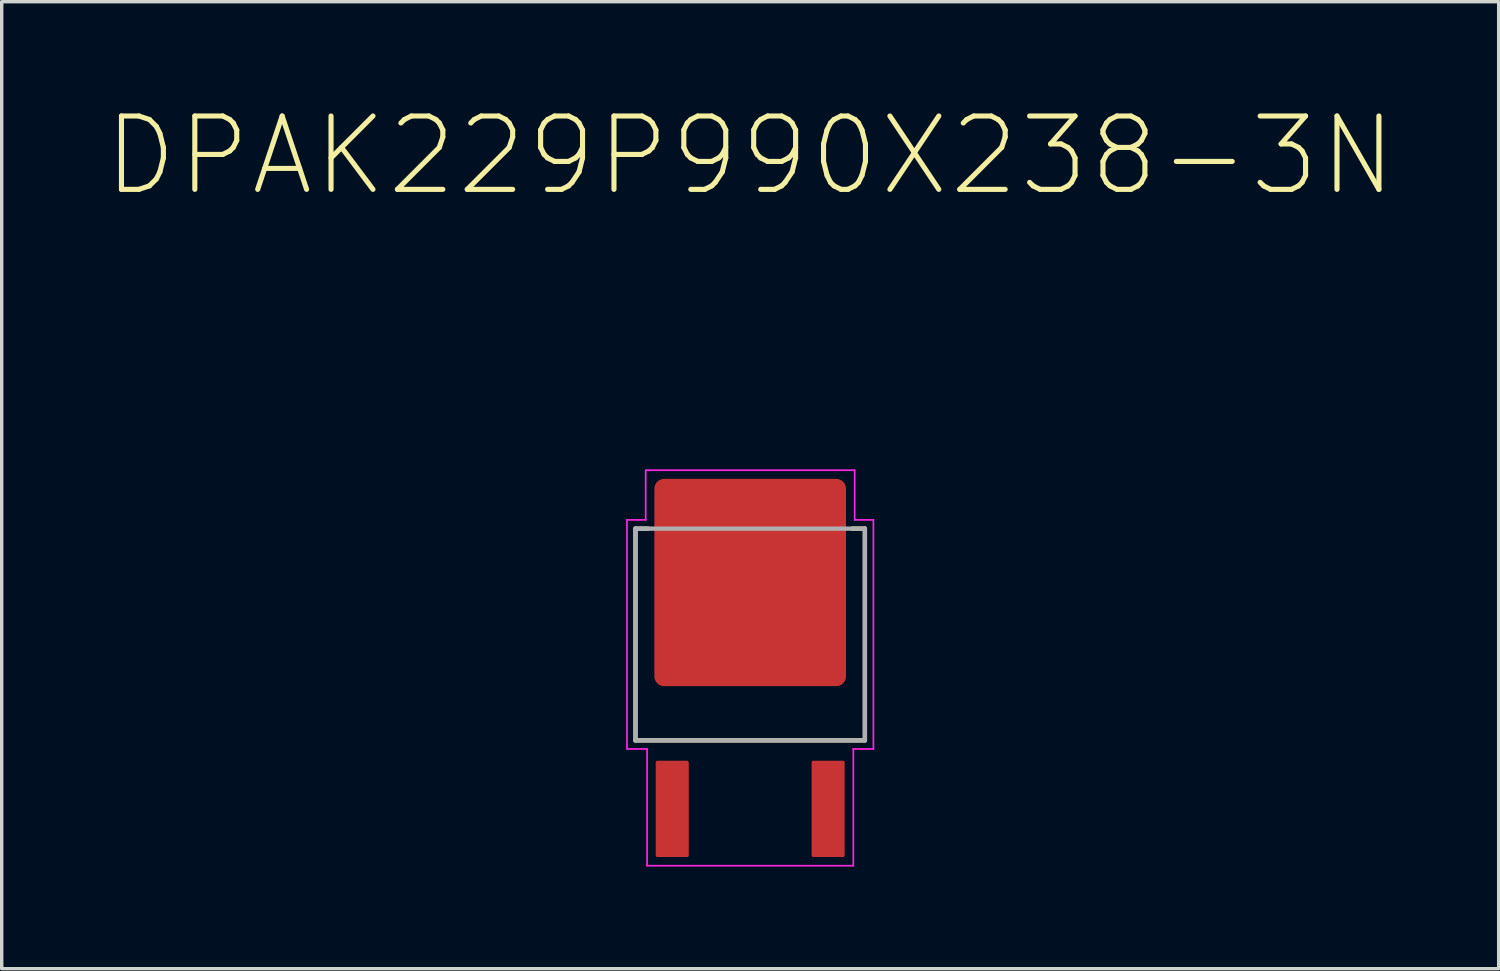
<source format=kicad_pcb>
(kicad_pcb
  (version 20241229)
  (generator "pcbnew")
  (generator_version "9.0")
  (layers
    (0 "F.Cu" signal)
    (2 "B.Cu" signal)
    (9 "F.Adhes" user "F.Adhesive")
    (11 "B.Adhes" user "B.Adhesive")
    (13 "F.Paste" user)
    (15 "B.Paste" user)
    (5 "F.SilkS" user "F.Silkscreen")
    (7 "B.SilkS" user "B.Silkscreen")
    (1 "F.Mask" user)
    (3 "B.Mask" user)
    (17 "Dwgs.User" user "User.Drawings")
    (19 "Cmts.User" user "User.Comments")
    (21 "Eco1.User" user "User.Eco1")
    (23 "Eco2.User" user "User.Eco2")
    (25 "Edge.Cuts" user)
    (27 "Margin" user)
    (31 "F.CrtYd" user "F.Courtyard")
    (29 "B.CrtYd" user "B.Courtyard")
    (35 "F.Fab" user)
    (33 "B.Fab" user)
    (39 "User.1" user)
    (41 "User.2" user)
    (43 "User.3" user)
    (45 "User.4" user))
  (footprint "DPAK229P990X238-3N"
    (layer "F.Cu")
    (at 18.99 16.574)
    (property "Reference" "DPAK229P990X238-3N" (at 0.000095 -15.05 0) (layer "F.SilkS") (effects (font (size 2.155 2.155) (thickness 0.15))))
    (attr smd)
    (fp_line (start -3.37 -4.093) (end -3 -4.093) (stroke (width 0.127) (type solid)) (layer "F.SilkS"))
    (fp_line (start -3.37 2.128) (end -3.37 -4.093) (stroke (width 0.127) (type solid)) (layer "F.SilkS"))
    (fp_line (start 3 -4.093) (end 3.37 -4.093) (stroke (width 0.127) (type solid)) (layer "F.SilkS"))
    (fp_line (start 3.37 -4.093) (end 3.37 2.128) (stroke (width 0.127) (type solid)) (layer "F.SilkS"))
    (fp_line (start 3.37 2.128) (end -3.37 2.128) (stroke (width 0.127) (type solid)) (layer "F.SilkS"))
    (fp_line (start -3.62 -4.35) (end -3.07 -4.35) (stroke (width 0.05) (type solid)) (layer "F.CrtYd"))
    (fp_line (start -3.62 2.38) (end -3.62 -4.35) (stroke (width 0.05) (type solid)) (layer "F.CrtYd"))
    (fp_line (start -3.07 -5.81) (end 3.07 -5.81) (stroke (width 0.05) (type solid)) (layer "F.CrtYd"))
    (fp_line (start -3.07 -4.35) (end -3.07 -5.81) (stroke (width 0.05) (type solid)) (layer "F.CrtYd"))
    (fp_line (start -3.03 2.38) (end -3.62 2.38) (stroke (width 0.05) (type solid)) (layer "F.CrtYd"))
    (fp_line (start -3.03 5.81) (end -3.03 2.38) (stroke (width 0.05) (type solid)) (layer "F.CrtYd"))
    (fp_line (start 3.03 2.38) (end 3.03 5.81) (stroke (width 0.05) (type solid)) (layer "F.CrtYd"))
    (fp_line (start 3.03 5.81) (end -3.03 5.81) (stroke (width 0.05) (type solid)) (layer "F.CrtYd"))
    (fp_line (start 3.07 -5.81) (end 3.07 -4.35) (stroke (width 0.05) (type solid)) (layer "F.CrtYd"))
    (fp_line (start 3.07 -4.35) (end 3.62 -4.35) (stroke (width 0.05) (type solid)) (layer "F.CrtYd"))
    (fp_line (start 3.62 -4.35) (end 3.62 2.38) (stroke (width 0.05) (type solid)) (layer "F.CrtYd"))
    (fp_line (start 3.62 2.38) (end 3.03 2.38) (stroke (width 0.05) (type solid)) (layer "F.CrtYd"))
    (fp_line (start -3.37 -4.093) (end 3.37 -4.093) (stroke (width 0.127) (type solid)) (layer "F.Fab"))
    (fp_line (start -3.37 2.128) (end -3.37 -4.093) (stroke (width 0.127) (type solid)) (layer "F.Fab"))
    (fp_line (start 3.37 -4.093) (end 3.37 2.128) (stroke (width 0.127) (type solid)) (layer "F.Fab"))
    (fp_line (start 3.37 2.128) (end -3.37 2.128) (stroke (width 0.127) (type solid)) (layer "F.Fab"))
    (pad "1" smd roundrect (at -2.29 4.14) (size 0.97 2.83) (layers "F.Cu" "F.Mask" "F.Paste") (roundrect_rratio 0.05))
    (pad "3" smd roundrect (at 2.29 4.14) (size 0.97 2.83) (layers "F.Cu" "F.Mask" "F.Paste") (roundrect_rratio 0.05))
    (pad "4" smd roundrect (at 0 -2.51) (size 5.63 6.09) (layers "F.Cu" "F.Mask" "F.Paste") (roundrect_rratio 0.05)))
  (gr_rect
    (start -3 -3)
    (end 40.98 25.409)
    (stroke (width 0.1) (type default))
    (fill no)
    (layer "Edge.Cuts")))
</source>
